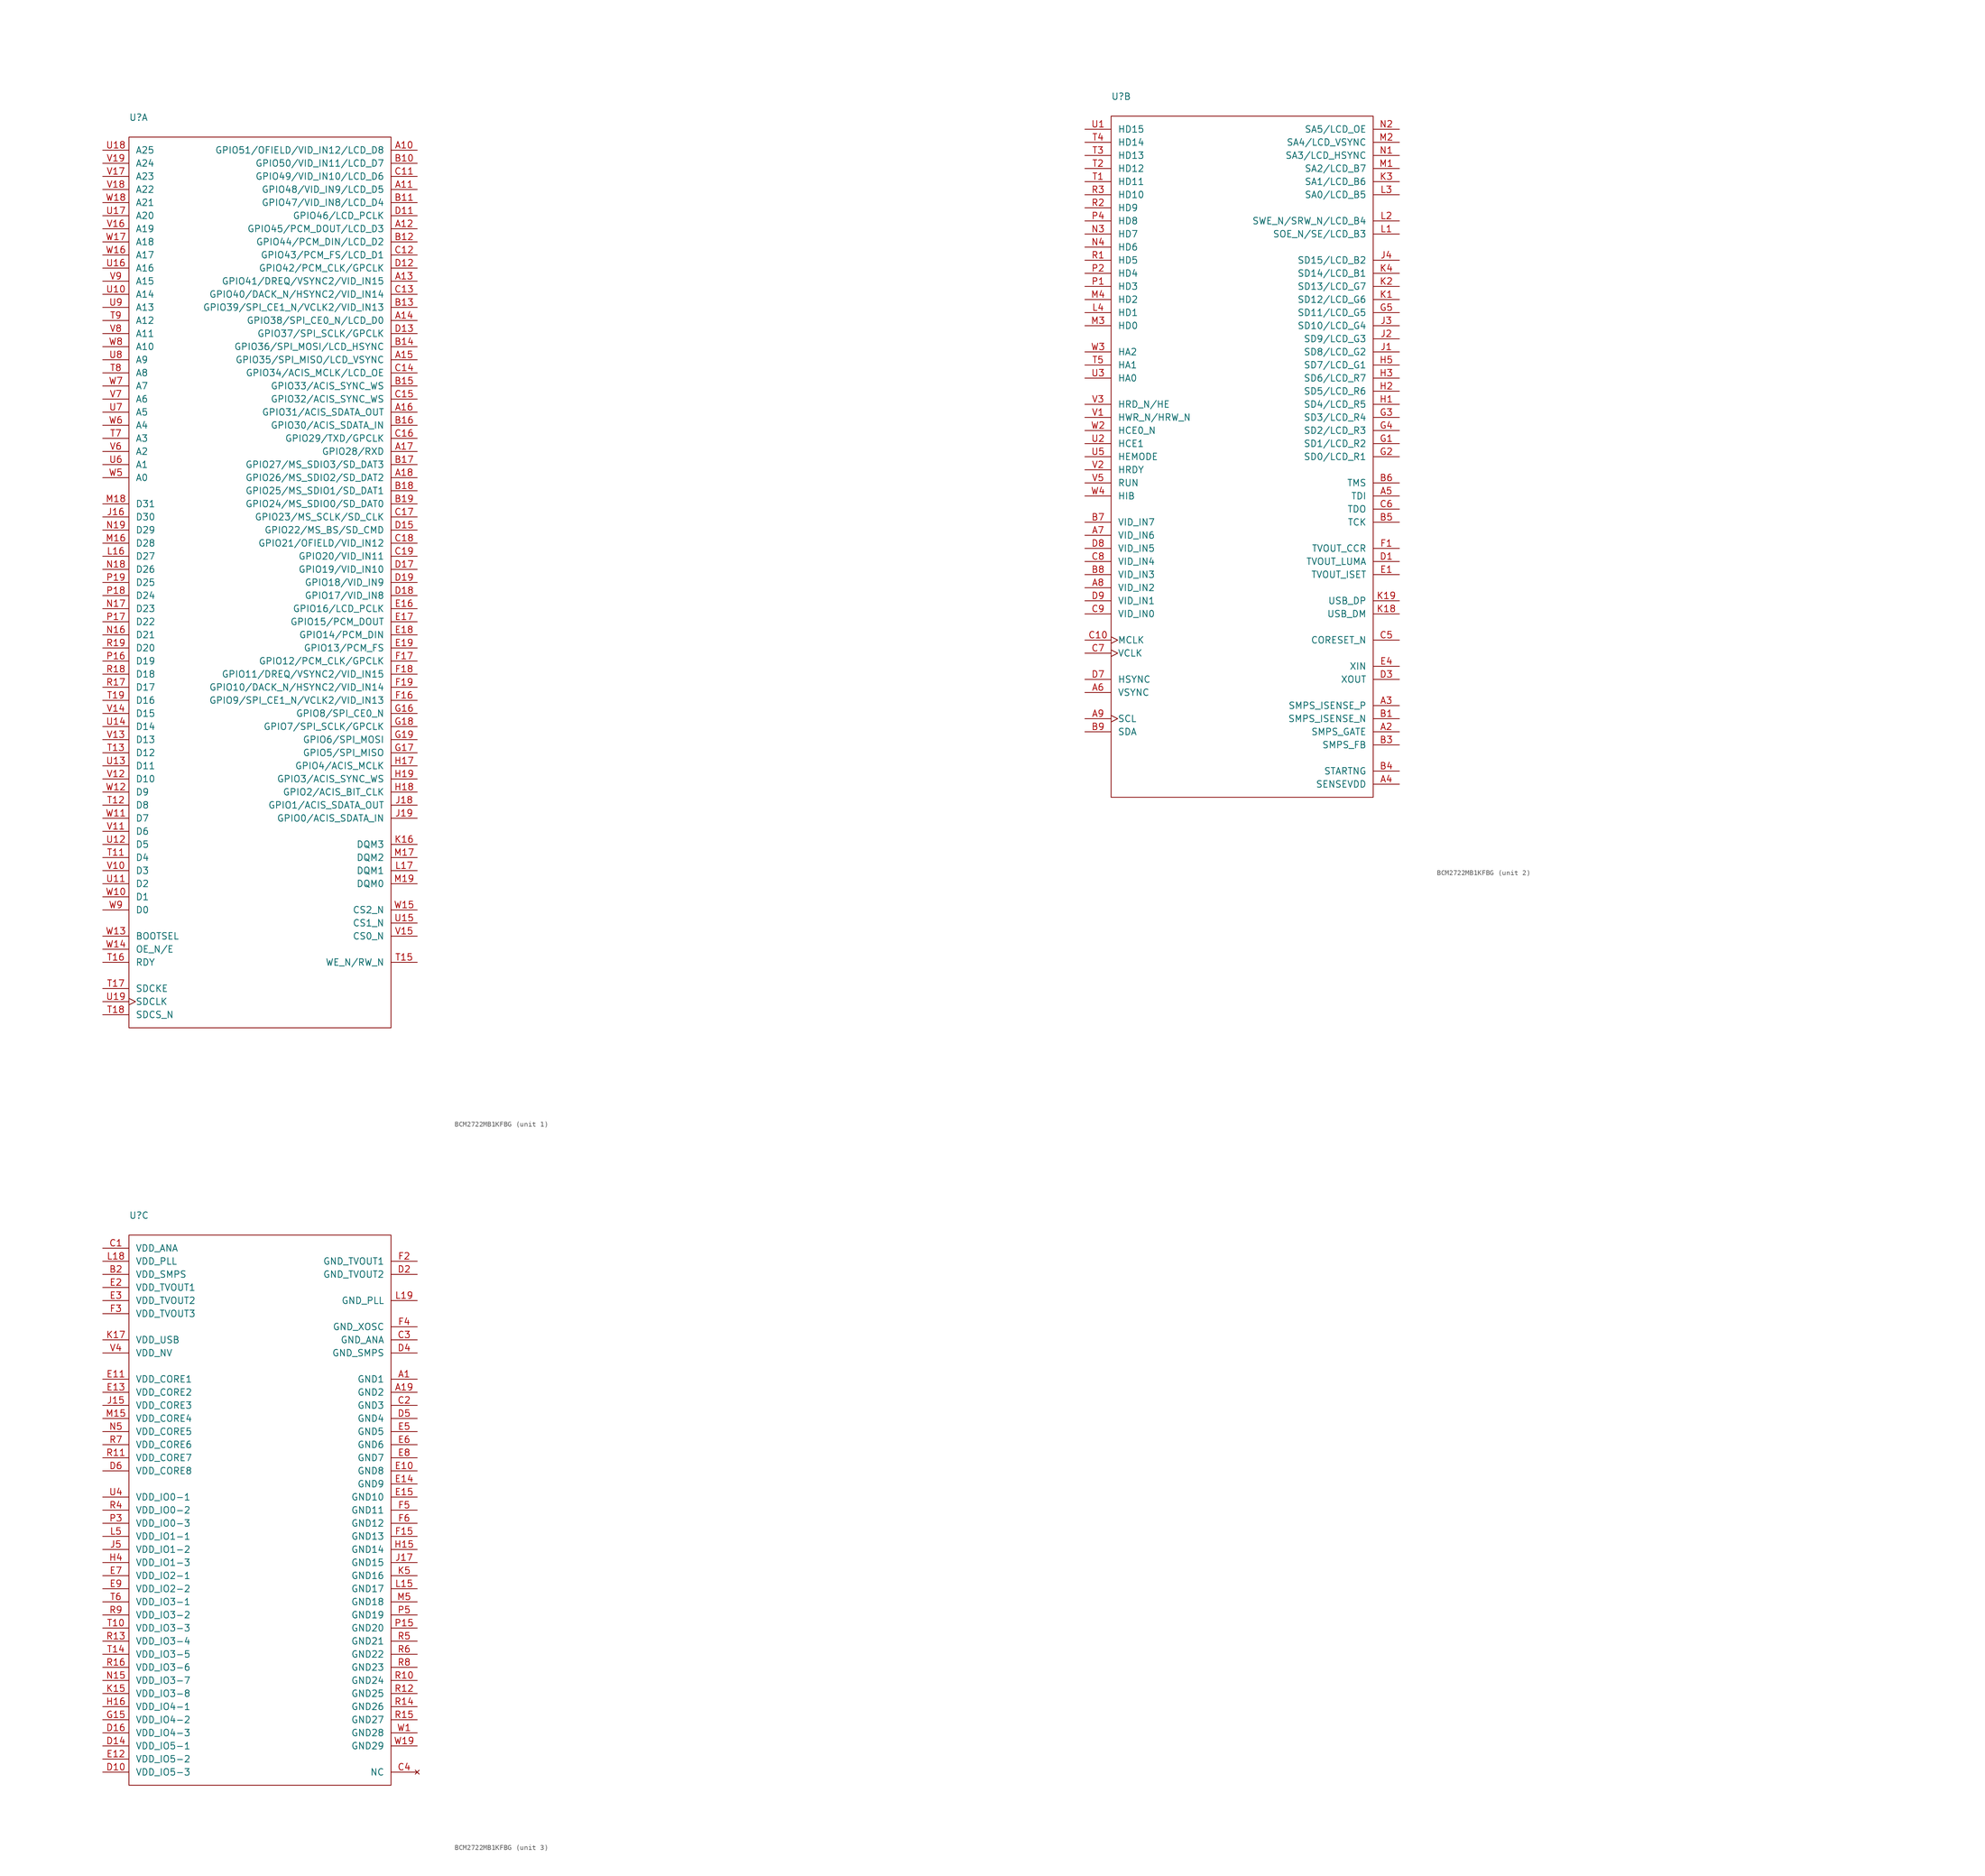
<source format=kicad_sym>
(kicad_symbol_lib
  (version 20231120)
  (generator "kicad_symbol_editor")
  (generator_version "8.0")
  (symbol "BCM2722MB1KFBG"
    (pin_names
      (offset 1.27))
    (property "Reference" "U"
      (at 0 3.81 0)
      (effects (font (size 1.27 1.27)) (justify left)))
    (property "Value" "${Manufacturer Part Number}"
      (at 0 1.27 0)
      (effects (font (size 1.27 1.27)) (justify left)))
    (property "Manufacturer Part Number" ""
      (at 45.72 -2.54 0)
      (effects (font (size 1.27 1.27)) (justify left) (hide yes)))
    (property "ki_locked" ""
      (at 0 0 0)
      (effects (font (size 1.27 1.27))))
    (symbol "BCM2722MB1KFBG_0_0"
      (text_box private "Based off BCM2702. Symbol source:\nhttps://patentimages.storage.googleapis.com/60/08/50/fcfa5511bdd093/CN101064795A.pdf" (at 76.2 0 0) (size 73.66 -5.08) (stroke (width 0) (type default)) (fill (type none)) (effects (font (size 1.27 1.27)) (justify left top))))
    (symbol "BCM2722MB1KFBG_1_1"
      (rectangle (start 0 0) (end 50.8 -172.72) (stroke (width 0) (type default)) (fill (type none)))
      (pin bidirectional line (at 55.88 -2.54 180) (length 5.08) (name "GPIO51/OFIELD/VID_IN12/LCD_D8" (effects (font (size 1.27 1.27)))) (number "A10" (effects (font (size 1.27 1.27)))))
      (pin bidirectional line (at 55.88 -10.16 180) (length 5.08) (name "GPIO48/VID_IN9/LCD_D5" (effects (font (size 1.27 1.27)))) (number "A11" (effects (font (size 1.27 1.27)))))
      (pin bidirectional line (at 55.88 -17.78 180) (length 5.08) (name "GPIO45/PCM_DOUT/LCD_D3" (effects (font (size 1.27 1.27)))) (number "A12" (effects (font (size 1.27 1.27)))))
      (pin bidirectional line (at 55.88 -27.94 180) (length 5.08) (name "GPIO41/DREQ/VSYNC2/VID_IN15" (effects (font (size 1.27 1.27)))) (number "A13" (effects (font (size 1.27 1.27)))))
      (pin bidirectional line (at 55.88 -35.56 180) (length 5.08) (name "GPIO38/SPI_CE0_N/LCD_D0" (effects (font (size 1.27 1.27)))) (number "A14" (effects (font (size 1.27 1.27)))))
      (pin bidirectional line (at 55.88 -43.18 180) (length 5.08) (name "GPIO35/SPI_MISO/LCD_VSYNC" (effects (font (size 1.27 1.27)))) (number "A15" (effects (font (size 1.27 1.27)))))
      (pin bidirectional line (at 55.88 -53.34 180) (length 5.08) (name "GPIO31/ACIS_SDATA_OUT" (effects (font (size 1.27 1.27)))) (number "A16" (effects (font (size 1.27 1.27)))))
      (pin bidirectional line (at 55.88 -60.96 180) (length 5.08) (name "GPIO28/RXD" (effects (font (size 1.27 1.27)))) (number "A17" (effects (font (size 1.27 1.27)))))
      (pin bidirectional line (at 55.88 -66.04 180) (length 5.08) (name "GPIO26/MS_SDIO2/SD_DAT2" (effects (font (size 1.27 1.27)))) (number "A18" (effects (font (size 1.27 1.27)))))
      (pin bidirectional line (at 55.88 -5.08 180) (length 5.08) (name "GPIO50/VID_IN11/LCD_D7" (effects (font (size 1.27 1.27)))) (number "B10" (effects (font (size 1.27 1.27)))))
      (pin bidirectional line (at 55.88 -12.7 180) (length 5.08) (name "GPIO47/VID_IN8/LCD_D4" (effects (font (size 1.27 1.27)))) (number "B11" (effects (font (size 1.27 1.27)))))
      (pin bidirectional line (at 55.88 -20.32 180) (length 5.08) (name "GPIO44/PCM_DIN/LCD_D2" (effects (font (size 1.27 1.27)))) (number "B12" (effects (font (size 1.27 1.27)))))
      (pin bidirectional line (at 55.88 -33.02 180) (length 5.08) (name "GPIO39/SPI_CE1_N/VCLK2/VID_IN13" (effects (font (size 1.27 1.27)))) (number "B13" (effects (font (size 1.27 1.27)))))
      (pin bidirectional line (at 55.88 -40.64 180) (length 5.08) (name "GPIO36/SPI_MOSI/LCD_HSYNC" (effects (font (size 1.27 1.27)))) (number "B14" (effects (font (size 1.27 1.27)))))
      (pin bidirectional line (at 55.88 -48.26 180) (length 5.08) (name "GPIO33/ACIS_SYNC_WS" (effects (font (size 1.27 1.27)))) (number "B15" (effects (font (size 1.27 1.27)))))
      (pin bidirectional line (at 55.88 -55.88 180) (length 5.08) (name "GPIO30/ACIS_SDATA_IN" (effects (font (size 1.27 1.27)))) (number "B16" (effects (font (size 1.27 1.27)))))
      (pin bidirectional line (at 55.88 -63.5 180) (length 5.08) (name "GPIO27/MS_SDIO3/SD_DAT3" (effects (font (size 1.27 1.27)))) (number "B17" (effects (font (size 1.27 1.27)))))
      (pin bidirectional line (at 55.88 -68.58 180) (length 5.08) (name "GPIO25/MS_SDIO1/SD_DAT1" (effects (font (size 1.27 1.27)))) (number "B18" (effects (font (size 1.27 1.27)))))
      (pin bidirectional line (at 55.88 -71.12 180) (length 5.08) (name "GPIO24/MS_SDIO0/SD_DAT0" (effects (font (size 1.27 1.27)))) (number "B19" (effects (font (size 1.27 1.27)))))
      (pin bidirectional line (at 55.88 -7.62 180) (length 5.08) (name "GPIO49/VID_IN10/LCD_D6" (effects (font (size 1.27 1.27)))) (number "C11" (effects (font (size 1.27 1.27)))))
      (pin bidirectional line (at 55.88 -22.86 180) (length 5.08) (name "GPIO43/PCM_FS/LCD_D1" (effects (font (size 1.27 1.27)))) (number "C12" (effects (font (size 1.27 1.27)))))
      (pin bidirectional line (at 55.88 -30.48 180) (length 5.08) (name "GPIO40/DACK_N/HSYNC2/VID_IN14" (effects (font (size 1.27 1.27)))) (number "C13" (effects (font (size 1.27 1.27)))))
      (pin bidirectional line (at 55.88 -45.72 180) (length 5.08) (name "GPIO34/ACIS_MCLK/LCD_OE" (effects (font (size 1.27 1.27)))) (number "C14" (effects (font (size 1.27 1.27)))))
      (pin bidirectional line (at 55.88 -50.8 180) (length 5.08) (name "GPIO32/ACIS_SYNC_WS" (effects (font (size 1.27 1.27)))) (number "C15" (effects (font (size 1.27 1.27)))))
      (pin bidirectional line (at 55.88 -58.42 180) (length 5.08) (name "GPIO29/TXD/GPCLK" (effects (font (size 1.27 1.27)))) (number "C16" (effects (font (size 1.27 1.27)))))
      (pin bidirectional line (at 55.88 -73.66 180) (length 5.08) (name "GPIO23/MS_SCLK/SD_CLK" (effects (font (size 1.27 1.27)))) (number "C17" (effects (font (size 1.27 1.27)))))
      (pin bidirectional line (at 55.88 -78.74 180) (length 5.08) (name "GPIO21/OFIELD/VID_IN12" (effects (font (size 1.27 1.27)))) (number "C18" (effects (font (size 1.27 1.27)))))
      (pin bidirectional line (at 55.88 -81.28 180) (length 5.08) (name "GPIO20/VID_IN11" (effects (font (size 1.27 1.27)))) (number "C19" (effects (font (size 1.27 1.27)))))
      (pin bidirectional line (at 55.88 -15.24 180) (length 5.08) (name "GPIO46/LCD_PCLK" (effects (font (size 1.27 1.27)))) (number "D11" (effects (font (size 1.27 1.27)))))
      (pin bidirectional line (at 55.88 -25.4 180) (length 5.08) (name "GPIO42/PCM_CLK/GPCLK" (effects (font (size 1.27 1.27)))) (number "D12" (effects (font (size 1.27 1.27)))))
      (pin bidirectional line (at 55.88 -38.1 180) (length 5.08) (name "GPIO37/SPI_SCLK/GPCLK" (effects (font (size 1.27 1.27)))) (number "D13" (effects (font (size 1.27 1.27)))))
      (pin bidirectional line (at 55.88 -76.2 180) (length 5.08) (name "GPIO22/MS_BS/SD_CMD" (effects (font (size 1.27 1.27)))) (number "D15" (effects (font (size 1.27 1.27)))))
      (pin bidirectional line (at 55.88 -83.82 180) (length 5.08) (name "GPIO19/VID_IN10" (effects (font (size 1.27 1.27)))) (number "D17" (effects (font (size 1.27 1.27)))))
      (pin bidirectional line (at 55.88 -88.9 180) (length 5.08) (name "GPIO17/VID_IN8" (effects (font (size 1.27 1.27)))) (number "D18" (effects (font (size 1.27 1.27)))))
      (pin bidirectional line (at 55.88 -86.36 180) (length 5.08) (name "GPIO18/VID_IN9" (effects (font (size 1.27 1.27)))) (number "D19" (effects (font (size 1.27 1.27)))))
      (pin bidirectional line (at 55.88 -91.44 180) (length 5.08) (name "GPIO16/LCD_PCLK" (effects (font (size 1.27 1.27)))) (number "E16" (effects (font (size 1.27 1.27)))))
      (pin bidirectional line (at 55.88 -93.98 180) (length 5.08) (name "GPIO15/PCM_DOUT" (effects (font (size 1.27 1.27)))) (number "E17" (effects (font (size 1.27 1.27)))))
      (pin bidirectional line (at 55.88 -96.52 180) (length 5.08) (name "GPIO14/PCM_DIN" (effects (font (size 1.27 1.27)))) (number "E18" (effects (font (size 1.27 1.27)))))
      (pin bidirectional line (at 55.88 -99.06 180) (length 5.08) (name "GPIO13/PCM_FS" (effects (font (size 1.27 1.27)))) (number "E19" (effects (font (size 1.27 1.27)))))
      (pin bidirectional line (at 55.88 -109.22 180) (length 5.08) (name "GPIO9/SPI_CE1_N/VCLK2/VID_IN13" (effects (font (size 1.27 1.27)))) (number "F16" (effects (font (size 1.27 1.27)))))
      (pin bidirectional line (at 55.88 -101.6 180) (length 5.08) (name "GPIO12/PCM_CLK/GPCLK" (effects (font (size 1.27 1.27)))) (number "F17" (effects (font (size 1.27 1.27)))))
      (pin bidirectional line (at 55.88 -104.14 180) (length 5.08) (name "GPIO11/DREQ/VSYNC2/VID_IN15" (effects (font (size 1.27 1.27)))) (number "F18" (effects (font (size 1.27 1.27)))))
      (pin bidirectional line (at 55.88 -106.68 180) (length 5.08) (name "GPIO10/DACK_N/HSYNC2/VID_IN14" (effects (font (size 1.27 1.27)))) (number "F19" (effects (font (size 1.27 1.27)))))
      (pin bidirectional line (at 55.88 -111.76 180) (length 5.08) (name "GPIO8/SPI_CE0_N" (effects (font (size 1.27 1.27)))) (number "G16" (effects (font (size 1.27 1.27)))))
      (pin bidirectional line (at 55.88 -119.38 180) (length 5.08) (name "GPIO5/SPI_MISO" (effects (font (size 1.27 1.27)))) (number "G17" (effects (font (size 1.27 1.27)))))
      (pin bidirectional line (at 55.88 -114.3 180) (length 5.08) (name "GPIO7/SPI_SCLK/GPCLK" (effects (font (size 1.27 1.27)))) (number "G18" (effects (font (size 1.27 1.27)))))
      (pin bidirectional line (at 55.88 -116.84 180) (length 5.08) (name "GPIO6/SPI_MOSI" (effects (font (size 1.27 1.27)))) (number "G19" (effects (font (size 1.27 1.27)))))
      (pin bidirectional line (at 55.88 -121.92 180) (length 5.08) (name "GPIO4/ACIS_MCLK" (effects (font (size 1.27 1.27)))) (number "H17" (effects (font (size 1.27 1.27)))))
      (pin bidirectional line (at 55.88 -127 180) (length 5.08) (name "GPIO2/ACIS_BIT_CLK" (effects (font (size 1.27 1.27)))) (number "H18" (effects (font (size 1.27 1.27)))))
      (pin bidirectional line (at 55.88 -124.46 180) (length 5.08) (name "GPIO3/ACIS_SYNC_WS" (effects (font (size 1.27 1.27)))) (number "H19" (effects (font (size 1.27 1.27)))))
      (pin output line (at -5.08 -73.66 0) (length 5.08) (name "D30" (effects (font (size 1.27 1.27)))) (number "J16" (effects (font (size 1.27 1.27)))))
      (pin bidirectional line (at 55.88 -129.54 180) (length 5.08) (name "GPIO1/ACIS_SDATA_OUT" (effects (font (size 1.27 1.27)))) (number "J18" (effects (font (size 1.27 1.27)))))
      (pin bidirectional line (at 55.88 -132.08 180) (length 5.08) (name "GPIO0/ACIS_SDATA_IN" (effects (font (size 1.27 1.27)))) (number "J19" (effects (font (size 1.27 1.27)))))
      (pin input line (at 55.88 -137.16 180) (length 5.08) (name "DQM3" (effects (font (size 1.27 1.27)))) (number "K16" (effects (font (size 1.27 1.27)))))
      (pin output line (at -5.08 -81.28 0) (length 5.08) (name "D27" (effects (font (size 1.27 1.27)))) (number "L16" (effects (font (size 1.27 1.27)))))
      (pin input line (at 55.88 -142.24 180) (length 5.08) (name "DQM1" (effects (font (size 1.27 1.27)))) (number "L17" (effects (font (size 1.27 1.27)))))
      (pin output line (at -5.08 -78.74 0) (length 5.08) (name "D28" (effects (font (size 1.27 1.27)))) (number "M16" (effects (font (size 1.27 1.27)))))
      (pin input line (at 55.88 -139.7 180) (length 5.08) (name "DQM2" (effects (font (size 1.27 1.27)))) (number "M17" (effects (font (size 1.27 1.27)))))
      (pin output line (at -5.08 -71.12 0) (length 5.08) (name "D31" (effects (font (size 1.27 1.27)))) (number "M18" (effects (font (size 1.27 1.27)))))
      (pin input line (at 55.88 -144.78 180) (length 5.08) (name "DQM0" (effects (font (size 1.27 1.27)))) (number "M19" (effects (font (size 1.27 1.27)))))
      (pin output line (at -5.08 -96.52 0) (length 5.08) (name "D21" (effects (font (size 1.27 1.27)))) (number "N16" (effects (font (size 1.27 1.27)))))
      (pin output line (at -5.08 -91.44 0) (length 5.08) (name "D23" (effects (font (size 1.27 1.27)))) (number "N17" (effects (font (size 1.27 1.27)))))
      (pin output line (at -5.08 -83.82 0) (length 5.08) (name "D26" (effects (font (size 1.27 1.27)))) (number "N18" (effects (font (size 1.27 1.27)))))
      (pin output line (at -5.08 -76.2 0) (length 5.08) (name "D29" (effects (font (size 1.27 1.27)))) (number "N19" (effects (font (size 1.27 1.27)))))
      (pin output line (at -5.08 -101.6 0) (length 5.08) (name "D19" (effects (font (size 1.27 1.27)))) (number "P16" (effects (font (size 1.27 1.27)))))
      (pin output line (at -5.08 -93.98 0) (length 5.08) (name "D22" (effects (font (size 1.27 1.27)))) (number "P17" (effects (font (size 1.27 1.27)))))
      (pin output line (at -5.08 -88.9 0) (length 5.08) (name "D24" (effects (font (size 1.27 1.27)))) (number "P18" (effects (font (size 1.27 1.27)))))
      (pin output line (at -5.08 -86.36 0) (length 5.08) (name "D25" (effects (font (size 1.27 1.27)))) (number "P19" (effects (font (size 1.27 1.27)))))
      (pin output line (at -5.08 -106.68 0) (length 5.08) (name "D17" (effects (font (size 1.27 1.27)))) (number "R17" (effects (font (size 1.27 1.27)))))
      (pin output line (at -5.08 -104.14 0) (length 5.08) (name "D18" (effects (font (size 1.27 1.27)))) (number "R18" (effects (font (size 1.27 1.27)))))
      (pin output line (at -5.08 -99.06 0) (length 5.08) (name "D20" (effects (font (size 1.27 1.27)))) (number "R19" (effects (font (size 1.27 1.27)))))
      (pin output line (at -5.08 -139.7 0) (length 5.08) (name "D4" (effects (font (size 1.27 1.27)))) (number "T11" (effects (font (size 1.27 1.27)))))
      (pin output line (at -5.08 -129.54 0) (length 5.08) (name "D8" (effects (font (size 1.27 1.27)))) (number "T12" (effects (font (size 1.27 1.27)))))
      (pin output line (at -5.08 -119.38 0) (length 5.08) (name "D12" (effects (font (size 1.27 1.27)))) (number "T13" (effects (font (size 1.27 1.27)))))
      (pin output line (at 55.88 -160.02 180) (length 5.08) (name "WE_N/RW_N" (effects (font (size 1.27 1.27)))) (number "T15" (effects (font (size 1.27 1.27)))))
      (pin input line (at -5.08 -160.02 0) (length 5.08) (name "RDY" (effects (font (size 1.27 1.27)))) (number "T16" (effects (font (size 1.27 1.27)))))
      (pin output line (at -5.08 -165.1 0) (length 5.08) (name "SDCKE" (effects (font (size 1.27 1.27)))) (number "T17" (effects (font (size 1.27 1.27)))))
      (pin output line (at -5.08 -170.18 0) (length 5.08) (name "SDCS_N" (effects (font (size 1.27 1.27)))) (number "T18" (effects (font (size 1.27 1.27)))))
      (pin output line (at -5.08 -109.22 0) (length 5.08) (name "D16" (effects (font (size 1.27 1.27)))) (number "T19" (effects (font (size 1.27 1.27)))))
      (pin output line (at -5.08 -58.42 0) (length 5.08) (name "A3" (effects (font (size 1.27 1.27)))) (number "T7" (effects (font (size 1.27 1.27)))))
      (pin output line (at -5.08 -45.72 0) (length 5.08) (name "A8" (effects (font (size 1.27 1.27)))) (number "T8" (effects (font (size 1.27 1.27)))))
      (pin output line (at -5.08 -35.56 0) (length 5.08) (name "A12" (effects (font (size 1.27 1.27)))) (number "T9" (effects (font (size 1.27 1.27)))))
      (pin output line (at -5.08 -30.48 0) (length 5.08) (name "A14" (effects (font (size 1.27 1.27)))) (number "U10" (effects (font (size 1.27 1.27)))))
      (pin output line (at -5.08 -144.78 0) (length 5.08) (name "D2" (effects (font (size 1.27 1.27)))) (number "U11" (effects (font (size 1.27 1.27)))))
      (pin output line (at -5.08 -137.16 0) (length 5.08) (name "D5" (effects (font (size 1.27 1.27)))) (number "U12" (effects (font (size 1.27 1.27)))))
      (pin output line (at -5.08 -121.92 0) (length 5.08) (name "D11" (effects (font (size 1.27 1.27)))) (number "U13" (effects (font (size 1.27 1.27)))))
      (pin output line (at -5.08 -114.3 0) (length 5.08) (name "D14" (effects (font (size 1.27 1.27)))) (number "U14" (effects (font (size 1.27 1.27)))))
      (pin output line (at 55.88 -152.4 180) (length 5.08) (name "CS1_N" (effects (font (size 1.27 1.27)))) (number "U15" (effects (font (size 1.27 1.27)))))
      (pin output line (at -5.08 -25.4 0) (length 5.08) (name "A16" (effects (font (size 1.27 1.27)))) (number "U16" (effects (font (size 1.27 1.27)))))
      (pin output line (at -5.08 -15.24 0) (length 5.08) (name "A20" (effects (font (size 1.27 1.27)))) (number "U17" (effects (font (size 1.27 1.27)))))
      (pin output line (at -5.08 -2.54 0) (length 5.08) (name "A25" (effects (font (size 1.27 1.27)))) (number "U18" (effects (font (size 1.27 1.27)))))
      (pin output clock (at -5.08 -167.64 0) (length 5.08) (name "SDCLK" (effects (font (size 1.27 1.27)))) (number "U19" (effects (font (size 1.27 1.27)))))
      (pin output line (at -5.08 -63.5 0) (length 5.08) (name "A1" (effects (font (size 1.27 1.27)))) (number "U6" (effects (font (size 1.27 1.27)))))
      (pin output line (at -5.08 -53.34 0) (length 5.08) (name "A5" (effects (font (size 1.27 1.27)))) (number "U7" (effects (font (size 1.27 1.27)))))
      (pin output line (at -5.08 -43.18 0) (length 5.08) (name "A9" (effects (font (size 1.27 1.27)))) (number "U8" (effects (font (size 1.27 1.27)))))
      (pin output line (at -5.08 -33.02 0) (length 5.08) (name "A13" (effects (font (size 1.27 1.27)))) (number "U9" (effects (font (size 1.27 1.27)))))
      (pin output line (at -5.08 -142.24 0) (length 5.08) (name "D3" (effects (font (size 1.27 1.27)))) (number "V10" (effects (font (size 1.27 1.27)))))
      (pin output line (at -5.08 -134.62 0) (length 5.08) (name "D6" (effects (font (size 1.27 1.27)))) (number "V11" (effects (font (size 1.27 1.27)))))
      (pin output line (at -5.08 -124.46 0) (length 5.08) (name "D10" (effects (font (size 1.27 1.27)))) (number "V12" (effects (font (size 1.27 1.27)))))
      (pin output line (at -5.08 -116.84 0) (length 5.08) (name "D13" (effects (font (size 1.27 1.27)))) (number "V13" (effects (font (size 1.27 1.27)))))
      (pin output line (at -5.08 -111.76 0) (length 5.08) (name "D15" (effects (font (size 1.27 1.27)))) (number "V14" (effects (font (size 1.27 1.27)))))
      (pin output line (at 55.88 -154.94 180) (length 5.08) (name "CS0_N" (effects (font (size 1.27 1.27)))) (number "V15" (effects (font (size 1.27 1.27)))))
      (pin output line (at -5.08 -17.78 0) (length 5.08) (name "A19" (effects (font (size 1.27 1.27)))) (number "V16" (effects (font (size 1.27 1.27)))))
      (pin output line (at -5.08 -7.62 0) (length 5.08) (name "A23" (effects (font (size 1.27 1.27)))) (number "V17" (effects (font (size 1.27 1.27)))))
      (pin output line (at -5.08 -10.16 0) (length 5.08) (name "A22" (effects (font (size 1.27 1.27)))) (number "V18" (effects (font (size 1.27 1.27)))))
      (pin output line (at -5.08 -5.08 0) (length 5.08) (name "A24" (effects (font (size 1.27 1.27)))) (number "V19" (effects (font (size 1.27 1.27)))))
      (pin output line (at -5.08 -60.96 0) (length 5.08) (name "A2" (effects (font (size 1.27 1.27)))) (number "V6" (effects (font (size 1.27 1.27)))))
      (pin output line (at -5.08 -50.8 0) (length 5.08) (name "A6" (effects (font (size 1.27 1.27)))) (number "V7" (effects (font (size 1.27 1.27)))))
      (pin output line (at -5.08 -38.1 0) (length 5.08) (name "A11" (effects (font (size 1.27 1.27)))) (number "V8" (effects (font (size 1.27 1.27)))))
      (pin output line (at -5.08 -27.94 0) (length 5.08) (name "A15" (effects (font (size 1.27 1.27)))) (number "V9" (effects (font (size 1.27 1.27)))))
      (pin output line (at -5.08 -147.32 0) (length 5.08) (name "D1" (effects (font (size 1.27 1.27)))) (number "W10" (effects (font (size 1.27 1.27)))))
      (pin output line (at -5.08 -132.08 0) (length 5.08) (name "D7" (effects (font (size 1.27 1.27)))) (number "W11" (effects (font (size 1.27 1.27)))))
      (pin output line (at -5.08 -127 0) (length 5.08) (name "D9" (effects (font (size 1.27 1.27)))) (number "W12" (effects (font (size 1.27 1.27)))))
      (pin input line (at -5.08 -154.94 0) (length 5.08) (name "BOOTSEL" (effects (font (size 1.27 1.27)))) (number "W13" (effects (font (size 1.27 1.27)))))
      (pin output line (at -5.08 -157.48 0) (length 5.08) (name "OE_N/E" (effects (font (size 1.27 1.27)))) (number "W14" (effects (font (size 1.27 1.27)))))
      (pin output line (at 55.88 -149.86 180) (length 5.08) (name "CS2_N" (effects (font (size 1.27 1.27)))) (number "W15" (effects (font (size 1.27 1.27)))))
      (pin output line (at -5.08 -22.86 0) (length 5.08) (name "A17" (effects (font (size 1.27 1.27)))) (number "W16" (effects (font (size 1.27 1.27)))))
      (pin output line (at -5.08 -20.32 0) (length 5.08) (name "A18" (effects (font (size 1.27 1.27)))) (number "W17" (effects (font (size 1.27 1.27)))))
      (pin output line (at -5.08 -12.7 0) (length 5.08) (name "A21" (effects (font (size 1.27 1.27)))) (number "W18" (effects (font (size 1.27 1.27)))))
      (pin output line (at -5.08 -66.04 0) (length 5.08) (name "A0" (effects (font (size 1.27 1.27)))) (number "W5" (effects (font (size 1.27 1.27)))))
      (pin output line (at -5.08 -55.88 0) (length 5.08) (name "A4" (effects (font (size 1.27 1.27)))) (number "W6" (effects (font (size 1.27 1.27)))))
      (pin output line (at -5.08 -48.26 0) (length 5.08) (name "A7" (effects (font (size 1.27 1.27)))) (number "W7" (effects (font (size 1.27 1.27)))))
      (pin output line (at -5.08 -40.64 0) (length 5.08) (name "A10" (effects (font (size 1.27 1.27)))) (number "W8" (effects (font (size 1.27 1.27)))))
      (pin output line (at -5.08 -149.86 0) (length 5.08) (name "D0" (effects (font (size 1.27 1.27)))) (number "W9" (effects (font (size 1.27 1.27))))))
    (symbol "BCM2722MB1KFBG_2_1"
      (rectangle (start 0 0) (end 50.8 -132.08) (stroke (width 0) (type default)) (fill (type none)))
      (pin output line (at 55.88 -119.38 180) (length 5.08) (name "SMPS_GATE" (effects (font (size 1.27 1.27)))) (number "A2" (effects (font (size 1.27 1.27)))))
      (pin input line (at 55.88 -114.3 180) (length 5.08) (name "SMPS_ISENSE_P" (effects (font (size 1.27 1.27)))) (number "A3" (effects (font (size 1.27 1.27)))))
      (pin output line (at 55.88 -129.54 180) (length 5.08) (name "SENSEVDD" (effects (font (size 1.27 1.27)))) (number "A4" (effects (font (size 1.27 1.27)))))
      (pin input line (at 55.88 -73.66 180) (length 5.08) (name "TDI" (effects (font (size 1.27 1.27)))) (number "A5" (effects (font (size 1.27 1.27)))))
      (pin input line (at -5.08 -111.76 0) (length 5.08) (name "VSYNC" (effects (font (size 1.27 1.27)))) (number "A6" (effects (font (size 1.27 1.27)))))
      (pin input line (at -5.08 -81.28 0) (length 5.08) (name "VID_IN6" (effects (font (size 1.27 1.27)))) (number "A7" (effects (font (size 1.27 1.27)))))
      (pin input line (at -5.08 -91.44 0) (length 5.08) (name "VID_IN2" (effects (font (size 1.27 1.27)))) (number "A8" (effects (font (size 1.27 1.27)))))
      (pin output clock (at -5.08 -116.84 0) (length 5.08) (name "SCL" (effects (font (size 1.27 1.27)))) (number "A9" (effects (font (size 1.27 1.27)))))
      (pin input line (at 55.88 -116.84 180) (length 5.08) (name "SMPS_ISENSE_N" (effects (font (size 1.27 1.27)))) (number "B1" (effects (font (size 1.27 1.27)))))
      (pin input line (at 55.88 -121.92 180) (length 5.08) (name "SMPS_FB" (effects (font (size 1.27 1.27)))) (number "B3" (effects (font (size 1.27 1.27)))))
      (pin input line (at 55.88 -127 180) (length 5.08) (name "STARTNG" (effects (font (size 1.27 1.27)))) (number "B4" (effects (font (size 1.27 1.27)))))
      (pin input line (at 55.88 -78.74 180) (length 5.08) (name "TCK" (effects (font (size 1.27 1.27)))) (number "B5" (effects (font (size 1.27 1.27)))))
      (pin input line (at 55.88 -71.12 180) (length 5.08) (name "TMS" (effects (font (size 1.27 1.27)))) (number "B6" (effects (font (size 1.27 1.27)))))
      (pin input line (at -5.08 -78.74 0) (length 5.08) (name "VID_IN7" (effects (font (size 1.27 1.27)))) (number "B7" (effects (font (size 1.27 1.27)))))
      (pin input line (at -5.08 -88.9 0) (length 5.08) (name "VID_IN3" (effects (font (size 1.27 1.27)))) (number "B8" (effects (font (size 1.27 1.27)))))
      (pin bidirectional line (at -5.08 -119.38 0) (length 5.08) (name "SDA" (effects (font (size 1.27 1.27)))) (number "B9" (effects (font (size 1.27 1.27)))))
      (pin input clock (at -5.08 -101.6 0) (length 5.08) (name "MCLK" (effects (font (size 1.27 1.27)))) (number "C10" (effects (font (size 1.27 1.27)))))
      (pin output line (at 55.88 -101.6 180) (length 5.08) (name "CORESET_N" (effects (font (size 1.27 1.27)))) (number "C5" (effects (font (size 1.27 1.27)))))
      (pin output line (at 55.88 -76.2 180) (length 5.08) (name "TDO" (effects (font (size 1.27 1.27)))) (number "C6" (effects (font (size 1.27 1.27)))))
      (pin input clock (at -5.08 -104.14 0) (length 5.08) (name "VCLK" (effects (font (size 1.27 1.27)))) (number "C7" (effects (font (size 1.27 1.27)))))
      (pin input line (at -5.08 -86.36 0) (length 5.08) (name "VID_IN4" (effects (font (size 1.27 1.27)))) (number "C8" (effects (font (size 1.27 1.27)))))
      (pin input line (at -5.08 -96.52 0) (length 5.08) (name "VID_IN0" (effects (font (size 1.27 1.27)))) (number "C9" (effects (font (size 1.27 1.27)))))
      (pin output line (at 55.88 -86.36 180) (length 5.08) (name "TVOUT_LUMA" (effects (font (size 1.27 1.27)))) (number "D1" (effects (font (size 1.27 1.27)))))
      (pin output line (at 55.88 -109.22 180) (length 5.08) (name "XOUT" (effects (font (size 1.27 1.27)))) (number "D3" (effects (font (size 1.27 1.27)))))
      (pin input line (at -5.08 -109.22 0) (length 5.08) (name "HSYNC" (effects (font (size 1.27 1.27)))) (number "D7" (effects (font (size 1.27 1.27)))))
      (pin input line (at -5.08 -83.82 0) (length 5.08) (name "VID_IN5" (effects (font (size 1.27 1.27)))) (number "D8" (effects (font (size 1.27 1.27)))))
      (pin input line (at -5.08 -93.98 0) (length 5.08) (name "VID_IN1" (effects (font (size 1.27 1.27)))) (number "D9" (effects (font (size 1.27 1.27)))))
      (pin input line (at 55.88 -88.9 180) (length 5.08) (name "TVOUT_ISET" (effects (font (size 1.27 1.27)))) (number "E1" (effects (font (size 1.27 1.27)))))
      (pin input line (at 55.88 -106.68 180) (length 5.08) (name "XIN" (effects (font (size 1.27 1.27)))) (number "E4" (effects (font (size 1.27 1.27)))))
      (pin output line (at 55.88 -83.82 180) (length 5.08) (name "TVOUT_CCR" (effects (font (size 1.27 1.27)))) (number "F1" (effects (font (size 1.27 1.27)))))
      (pin output line (at 55.88 -63.5 180) (length 5.08) (name "SD1/LCD_R2" (effects (font (size 1.27 1.27)))) (number "G1" (effects (font (size 1.27 1.27)))))
      (pin output line (at 55.88 -66.04 180) (length 5.08) (name "SD0/LCD_R1" (effects (font (size 1.27 1.27)))) (number "G2" (effects (font (size 1.27 1.27)))))
      (pin output line (at 55.88 -58.42 180) (length 5.08) (name "SD3/LCD_R4" (effects (font (size 1.27 1.27)))) (number "G3" (effects (font (size 1.27 1.27)))))
      (pin output line (at 55.88 -60.96 180) (length 5.08) (name "SD2/LCD_R3" (effects (font (size 1.27 1.27)))) (number "G4" (effects (font (size 1.27 1.27)))))
      (pin output line (at 55.88 -38.1 180) (length 5.08) (name "SD11/LCD_G5" (effects (font (size 1.27 1.27)))) (number "G5" (effects (font (size 1.27 1.27)))))
      (pin output line (at 55.88 -55.88 180) (length 5.08) (name "SD4/LCD_R5" (effects (font (size 1.27 1.27)))) (number "H1" (effects (font (size 1.27 1.27)))))
      (pin output line (at 55.88 -53.34 180) (length 5.08) (name "SD5/LCD_R6" (effects (font (size 1.27 1.27)))) (number "H2" (effects (font (size 1.27 1.27)))))
      (pin output line (at 55.88 -50.8 180) (length 5.08) (name "SD6/LCD_R7" (effects (font (size 1.27 1.27)))) (number "H3" (effects (font (size 1.27 1.27)))))
      (pin output line (at 55.88 -48.26 180) (length 5.08) (name "SD7/LCD_G1" (effects (font (size 1.27 1.27)))) (number "H5" (effects (font (size 1.27 1.27)))))
      (pin output line (at 55.88 -45.72 180) (length 5.08) (name "SD8/LCD_G2" (effects (font (size 1.27 1.27)))) (number "J1" (effects (font (size 1.27 1.27)))))
      (pin output line (at 55.88 -43.18 180) (length 5.08) (name "SD9/LCD_G3" (effects (font (size 1.27 1.27)))) (number "J2" (effects (font (size 1.27 1.27)))))
      (pin output line (at 55.88 -40.64 180) (length 5.08) (name "SD10/LCD_G4" (effects (font (size 1.27 1.27)))) (number "J3" (effects (font (size 1.27 1.27)))))
      (pin output line (at 55.88 -27.94 180) (length 5.08) (name "SD15/LCD_B2" (effects (font (size 1.27 1.27)))) (number "J4" (effects (font (size 1.27 1.27)))))
      (pin output line (at 55.88 -35.56 180) (length 5.08) (name "SD12/LCD_G6" (effects (font (size 1.27 1.27)))) (number "K1" (effects (font (size 1.27 1.27)))))
      (pin bidirectional line (at 55.88 -96.52 180) (length 5.08) (name "USB_DM" (effects (font (size 1.27 1.27)))) (number "K18" (effects (font (size 1.27 1.27)))))
      (pin bidirectional line (at 55.88 -93.98 180) (length 5.08) (name "USB_DP" (effects (font (size 1.27 1.27)))) (number "K19" (effects (font (size 1.27 1.27)))))
      (pin output line (at 55.88 -33.02 180) (length 5.08) (name "SD13/LCD_G7" (effects (font (size 1.27 1.27)))) (number "K2" (effects (font (size 1.27 1.27)))))
      (pin output line (at 55.88 -12.7 180) (length 5.08) (name "SA1/LCD_B6" (effects (font (size 1.27 1.27)))) (number "K3" (effects (font (size 1.27 1.27)))))
      (pin output line (at 55.88 -30.48 180) (length 5.08) (name "SD14/LCD_B1" (effects (font (size 1.27 1.27)))) (number "K4" (effects (font (size 1.27 1.27)))))
      (pin output line (at 55.88 -22.86 180) (length 5.08) (name "SOE_N/SE/LCD_B3" (effects (font (size 1.27 1.27)))) (number "L1" (effects (font (size 1.27 1.27)))))
      (pin output line (at 55.88 -20.32 180) (length 5.08) (name "SWE_N/SRW_N/LCD_B4" (effects (font (size 1.27 1.27)))) (number "L2" (effects (font (size 1.27 1.27)))))
      (pin output line (at 55.88 -15.24 180) (length 5.08) (name "SA0/LCD_B5" (effects (font (size 1.27 1.27)))) (number "L3" (effects (font (size 1.27 1.27)))))
      (pin bidirectional line (at -5.08 -38.1 0) (length 5.08) (name "HD1" (effects (font (size 1.27 1.27)))) (number "L4" (effects (font (size 1.27 1.27)))))
      (pin output line (at 55.88 -10.16 180) (length 5.08) (name "SA2/LCD_B7" (effects (font (size 1.27 1.27)))) (number "M1" (effects (font (size 1.27 1.27)))))
      (pin output line (at 55.88 -5.08 180) (length 5.08) (name "SA4/LCD_VSYNC" (effects (font (size 1.27 1.27)))) (number "M2" (effects (font (size 1.27 1.27)))))
      (pin bidirectional line (at -5.08 -40.64 0) (length 5.08) (name "HD0" (effects (font (size 1.27 1.27)))) (number "M3" (effects (font (size 1.27 1.27)))))
      (pin bidirectional line (at -5.08 -35.56 0) (length 5.08) (name "HD2" (effects (font (size 1.27 1.27)))) (number "M4" (effects (font (size 1.27 1.27)))))
      (pin output line (at 55.88 -7.62 180) (length 5.08) (name "SA3/LCD_HSYNC" (effects (font (size 1.27 1.27)))) (number "N1" (effects (font (size 1.27 1.27)))))
      (pin output line (at 55.88 -2.54 180) (length 5.08) (name "SA5/LCD_OE" (effects (font (size 1.27 1.27)))) (number "N2" (effects (font (size 1.27 1.27)))))
      (pin bidirectional line (at -5.08 -22.86 0) (length 5.08) (name "HD7" (effects (font (size 1.27 1.27)))) (number "N3" (effects (font (size 1.27 1.27)))))
      (pin bidirectional line (at -5.08 -25.4 0) (length 5.08) (name "HD6" (effects (font (size 1.27 1.27)))) (number "N4" (effects (font (size 1.27 1.27)))))
      (pin bidirectional line (at -5.08 -33.02 0) (length 5.08) (name "HD3" (effects (font (size 1.27 1.27)))) (number "P1" (effects (font (size 1.27 1.27)))))
      (pin bidirectional line (at -5.08 -30.48 0) (length 5.08) (name "HD4" (effects (font (size 1.27 1.27)))) (number "P2" (effects (font (size 1.27 1.27)))))
      (pin bidirectional line (at -5.08 -20.32 0) (length 5.08) (name "HD8" (effects (font (size 1.27 1.27)))) (number "P4" (effects (font (size 1.27 1.27)))))
      (pin bidirectional line (at -5.08 -27.94 0) (length 5.08) (name "HD5" (effects (font (size 1.27 1.27)))) (number "R1" (effects (font (size 1.27 1.27)))))
      (pin bidirectional line (at -5.08 -17.78 0) (length 5.08) (name "HD9" (effects (font (size 1.27 1.27)))) (number "R2" (effects (font (size 1.27 1.27)))))
      (pin bidirectional line (at -5.08 -15.24 0) (length 5.08) (name "HD10" (effects (font (size 1.27 1.27)))) (number "R3" (effects (font (size 1.27 1.27)))))
      (pin bidirectional line (at -5.08 -12.7 0) (length 5.08) (name "HD11" (effects (font (size 1.27 1.27)))) (number "T1" (effects (font (size 1.27 1.27)))))
      (pin bidirectional line (at -5.08 -10.16 0) (length 5.08) (name "HD12" (effects (font (size 1.27 1.27)))) (number "T2" (effects (font (size 1.27 1.27)))))
      (pin bidirectional line (at -5.08 -7.62 0) (length 5.08) (name "HD13" (effects (font (size 1.27 1.27)))) (number "T3" (effects (font (size 1.27 1.27)))))
      (pin bidirectional line (at -5.08 -5.08 0) (length 5.08) (name "HD14" (effects (font (size 1.27 1.27)))) (number "T4" (effects (font (size 1.27 1.27)))))
      (pin bidirectional line (at -5.08 -48.26 0) (length 5.08) (name "HA1" (effects (font (size 1.27 1.27)))) (number "T5" (effects (font (size 1.27 1.27)))))
      (pin bidirectional line (at -5.08 -2.54 0) (length 5.08) (name "HD15" (effects (font (size 1.27 1.27)))) (number "U1" (effects (font (size 1.27 1.27)))))
      (pin bidirectional line (at -5.08 -63.5 0) (length 5.08) (name "HCE1" (effects (font (size 1.27 1.27)))) (number "U2" (effects (font (size 1.27 1.27)))))
      (pin bidirectional line (at -5.08 -50.8 0) (length 5.08) (name "HA0" (effects (font (size 1.27 1.27)))) (number "U3" (effects (font (size 1.27 1.27)))))
      (pin bidirectional line (at -5.08 -66.04 0) (length 5.08) (name "HEMODE" (effects (font (size 1.27 1.27)))) (number "U5" (effects (font (size 1.27 1.27)))))
      (pin bidirectional line (at -5.08 -58.42 0) (length 5.08) (name "HWR_N/HRW_N" (effects (font (size 1.27 1.27)))) (number "V1" (effects (font (size 1.27 1.27)))))
      (pin bidirectional line (at -5.08 -68.58 0) (length 5.08) (name "HRDY" (effects (font (size 1.27 1.27)))) (number "V2" (effects (font (size 1.27 1.27)))))
      (pin bidirectional line (at -5.08 -55.88 0) (length 5.08) (name "HRD_N/HE" (effects (font (size 1.27 1.27)))) (number "V3" (effects (font (size 1.27 1.27)))))
      (pin bidirectional line (at -5.08 -71.12 0) (length 5.08) (name "RUN" (effects (font (size 1.27 1.27)))) (number "V5" (effects (font (size 1.27 1.27)))))
      (pin bidirectional line (at -5.08 -60.96 0) (length 5.08) (name "HCE0_N" (effects (font (size 1.27 1.27)))) (number "W2" (effects (font (size 1.27 1.27)))))
      (pin bidirectional line (at -5.08 -45.72 0) (length 5.08) (name "HA2" (effects (font (size 1.27 1.27)))) (number "W3" (effects (font (size 1.27 1.27)))))
      (pin bidirectional line (at -5.08 -73.66 0) (length 5.08) (name "HIB" (effects (font (size 1.27 1.27)))) (number "W4" (effects (font (size 1.27 1.27))))))
    (symbol "BCM2722MB1KFBG_3_1"
      (rectangle (start 0 0) (end 50.8 -106.68) (stroke (width 0) (type default)) (fill (type none)))
      (pin power_in line (at 55.88 -27.94 180) (length 5.08) (name "GND1" (effects (font (size 1.27 1.27)))) (number "A1" (effects (font (size 1.27 1.27)))))
      (pin power_in line (at 55.88 -30.48 180) (length 5.08) (name "GND2" (effects (font (size 1.27 1.27)))) (number "A19" (effects (font (size 1.27 1.27)))))
      (pin power_in line (at -5.08 -7.62 0) (length 5.08) (name "VDD_SMPS" (effects (font (size 1.27 1.27)))) (number "B2" (effects (font (size 1.27 1.27)))))
      (pin power_in line (at -5.08 -2.54 0) (length 5.08) (name "VDD_ANA" (effects (font (size 1.27 1.27)))) (number "C1" (effects (font (size 1.27 1.27)))))
      (pin power_in line (at 55.88 -33.02 180) (length 5.08) (name "GND3" (effects (font (size 1.27 1.27)))) (number "C2" (effects (font (size 1.27 1.27)))))
      (pin power_in line (at 55.88 -20.32 180) (length 5.08) (name "GND_ANA" (effects (font (size 1.27 1.27)))) (number "C3" (effects (font (size 1.27 1.27)))))
      (pin no_connect line (at 55.88 -104.14 180) (length 5.08) (name "NC" (effects (font (size 1.27 1.27)))) (number "C4" (effects (font (size 1.27 1.27)))))
      (pin power_in line (at -5.08 -104.14 0) (length 5.08) (name "VDD_IO5-3" (effects (font (size 1.27 1.27)))) (number "D10" (effects (font (size 1.27 1.27)))))
      (pin power_in line (at -5.08 -99.06 0) (length 5.08) (name "VDD_IO5-1" (effects (font (size 1.27 1.27)))) (number "D14" (effects (font (size 1.27 1.27)))))
      (pin power_in line (at -5.08 -96.52 0) (length 5.08) (name "VDD_IO4-3" (effects (font (size 1.27 1.27)))) (number "D16" (effects (font (size 1.27 1.27)))))
      (pin power_in line (at 55.88 -7.62 180) (length 5.08) (name "GND_TVOUT2" (effects (font (size 1.27 1.27)))) (number "D2" (effects (font (size 1.27 1.27)))))
      (pin power_in line (at 55.88 -22.86 180) (length 5.08) (name "GND_SMPS" (effects (font (size 1.27 1.27)))) (number "D4" (effects (font (size 1.27 1.27)))))
      (pin power_in line (at 55.88 -35.56 180) (length 5.08) (name "GND4" (effects (font (size 1.27 1.27)))) (number "D5" (effects (font (size 1.27 1.27)))))
      (pin power_in line (at -5.08 -45.72 0) (length 5.08) (name "VDD_CORE8" (effects (font (size 1.27 1.27)))) (number "D6" (effects (font (size 1.27 1.27)))))
      (pin power_in line (at 55.88 -45.72 180) (length 5.08) (name "GND8" (effects (font (size 1.27 1.27)))) (number "E10" (effects (font (size 1.27 1.27)))))
      (pin power_in line (at -5.08 -27.94 0) (length 5.08) (name "VDD_CORE1" (effects (font (size 1.27 1.27)))) (number "E11" (effects (font (size 1.27 1.27)))))
      (pin power_in line (at -5.08 -101.6 0) (length 5.08) (name "VDD_IO5-2" (effects (font (size 1.27 1.27)))) (number "E12" (effects (font (size 1.27 1.27)))))
      (pin power_in line (at -5.08 -30.48 0) (length 5.08) (name "VDD_CORE2" (effects (font (size 1.27 1.27)))) (number "E13" (effects (font (size 1.27 1.27)))))
      (pin power_in line (at 55.88 -48.26 180) (length 5.08) (name "GND9" (effects (font (size 1.27 1.27)))) (number "E14" (effects (font (size 1.27 1.27)))))
      (pin power_in line (at 55.88 -50.8 180) (length 5.08) (name "GND10" (effects (font (size 1.27 1.27)))) (number "E15" (effects (font (size 1.27 1.27)))))
      (pin power_in line (at -5.08 -10.16 0) (length 5.08) (name "VDD_TVOUT1" (effects (font (size 1.27 1.27)))) (number "E2" (effects (font (size 1.27 1.27)))))
      (pin power_in line (at -5.08 -12.7 0) (length 5.08) (name "VDD_TVOUT2" (effects (font (size 1.27 1.27)))) (number "E3" (effects (font (size 1.27 1.27)))))
      (pin power_in line (at 55.88 -38.1 180) (length 5.08) (name "GND5" (effects (font (size 1.27 1.27)))) (number "E5" (effects (font (size 1.27 1.27)))))
      (pin power_in line (at 55.88 -40.64 180) (length 5.08) (name "GND6" (effects (font (size 1.27 1.27)))) (number "E6" (effects (font (size 1.27 1.27)))))
      (pin power_in line (at -5.08 -66.04 0) (length 5.08) (name "VDD_IO2-1" (effects (font (size 1.27 1.27)))) (number "E7" (effects (font (size 1.27 1.27)))))
      (pin power_in line (at 55.88 -43.18 180) (length 5.08) (name "GND7" (effects (font (size 1.27 1.27)))) (number "E8" (effects (font (size 1.27 1.27)))))
      (pin power_in line (at -5.08 -68.58 0) (length 5.08) (name "VDD_IO2-2" (effects (font (size 1.27 1.27)))) (number "E9" (effects (font (size 1.27 1.27)))))
      (pin power_in line (at 55.88 -58.42 180) (length 5.08) (name "GND13" (effects (font (size 1.27 1.27)))) (number "F15" (effects (font (size 1.27 1.27)))))
      (pin power_in line (at 55.88 -5.08 180) (length 5.08) (name "GND_TVOUT1" (effects (font (size 1.27 1.27)))) (number "F2" (effects (font (size 1.27 1.27)))))
      (pin power_in line (at -5.08 -15.24 0) (length 5.08) (name "VDD_TVOUT3" (effects (font (size 1.27 1.27)))) (number "F3" (effects (font (size 1.27 1.27)))))
      (pin power_in line (at 55.88 -17.78 180) (length 5.08) (name "GND_XOSC" (effects (font (size 1.27 1.27)))) (number "F4" (effects (font (size 1.27 1.27)))))
      (pin power_in line (at 55.88 -53.34 180) (length 5.08) (name "GND11" (effects (font (size 1.27 1.27)))) (number "F5" (effects (font (size 1.27 1.27)))))
      (pin power_in line (at 55.88 -55.88 180) (length 5.08) (name "GND12" (effects (font (size 1.27 1.27)))) (number "F6" (effects (font (size 1.27 1.27)))))
      (pin power_in line (at -5.08 -93.98 0) (length 5.08) (name "VDD_IO4-2" (effects (font (size 1.27 1.27)))) (number "G15" (effects (font (size 1.27 1.27)))))
      (pin power_in line (at 55.88 -60.96 180) (length 5.08) (name "GND14" (effects (font (size 1.27 1.27)))) (number "H15" (effects (font (size 1.27 1.27)))))
      (pin power_in line (at -5.08 -91.44 0) (length 5.08) (name "VDD_IO4-1" (effects (font (size 1.27 1.27)))) (number "H16" (effects (font (size 1.27 1.27)))))
      (pin power_in line (at -5.08 -63.5 0) (length 5.08) (name "VDD_IO1-3" (effects (font (size 1.27 1.27)))) (number "H4" (effects (font (size 1.27 1.27)))))
      (pin power_in line (at -5.08 -33.02 0) (length 5.08) (name "VDD_CORE3" (effects (font (size 1.27 1.27)))) (number "J15" (effects (font (size 1.27 1.27)))))
      (pin power_in line (at 55.88 -63.5 180) (length 5.08) (name "GND15" (effects (font (size 1.27 1.27)))) (number "J17" (effects (font (size 1.27 1.27)))))
      (pin power_in line (at -5.08 -60.96 0) (length 5.08) (name "VDD_IO1-2" (effects (font (size 1.27 1.27)))) (number "J5" (effects (font (size 1.27 1.27)))))
      (pin power_in line (at -5.08 -88.9 0) (length 5.08) (name "VDD_IO3-8" (effects (font (size 1.27 1.27)))) (number "K15" (effects (font (size 1.27 1.27)))))
      (pin power_in line (at -5.08 -20.32 0) (length 5.08) (name "VDD_USB" (effects (font (size 1.27 1.27)))) (number "K17" (effects (font (size 1.27 1.27)))))
      (pin power_in line (at 55.88 -66.04 180) (length 5.08) (name "GND16" (effects (font (size 1.27 1.27)))) (number "K5" (effects (font (size 1.27 1.27)))))
      (pin power_in line (at 55.88 -68.58 180) (length 5.08) (name "GND17" (effects (font (size 1.27 1.27)))) (number "L15" (effects (font (size 1.27 1.27)))))
      (pin power_in line (at -5.08 -5.08 0) (length 5.08) (name "VDD_PLL" (effects (font (size 1.27 1.27)))) (number "L18" (effects (font (size 1.27 1.27)))))
      (pin power_in line (at 55.88 -12.7 180) (length 5.08) (name "GND_PLL" (effects (font (size 1.27 1.27)))) (number "L19" (effects (font (size 1.27 1.27)))))
      (pin power_in line (at -5.08 -58.42 0) (length 5.08) (name "VDD_IO1-1" (effects (font (size 1.27 1.27)))) (number "L5" (effects (font (size 1.27 1.27)))))
      (pin power_in line (at -5.08 -35.56 0) (length 5.08) (name "VDD_CORE4" (effects (font (size 1.27 1.27)))) (number "M15" (effects (font (size 1.27 1.27)))))
      (pin power_in line (at 55.88 -71.12 180) (length 5.08) (name "GND18" (effects (font (size 1.27 1.27)))) (number "M5" (effects (font (size 1.27 1.27)))))
      (pin power_in line (at -5.08 -86.36 0) (length 5.08) (name "VDD_IO3-7" (effects (font (size 1.27 1.27)))) (number "N15" (effects (font (size 1.27 1.27)))))
      (pin power_in line (at -5.08 -38.1 0) (length 5.08) (name "VDD_CORE5" (effects (font (size 1.27 1.27)))) (number "N5" (effects (font (size 1.27 1.27)))))
      (pin power_in line (at 55.88 -76.2 180) (length 5.08) (name "GND20" (effects (font (size 1.27 1.27)))) (number "P15" (effects (font (size 1.27 1.27)))))
      (pin power_in line (at -5.08 -55.88 0) (length 5.08) (name "VDD_IO0-3" (effects (font (size 1.27 1.27)))) (number "P3" (effects (font (size 1.27 1.27)))))
      (pin power_in line (at 55.88 -73.66 180) (length 5.08) (name "GND19" (effects (font (size 1.27 1.27)))) (number "P5" (effects (font (size 1.27 1.27)))))
      (pin power_in line (at 55.88 -86.36 180) (length 5.08) (name "GND24" (effects (font (size 1.27 1.27)))) (number "R10" (effects (font (size 1.27 1.27)))))
      (pin power_in line (at -5.08 -43.18 0) (length 5.08) (name "VDD_CORE7" (effects (font (size 1.27 1.27)))) (number "R11" (effects (font (size 1.27 1.27)))))
      (pin power_in line (at 55.88 -88.9 180) (length 5.08) (name "GND25" (effects (font (size 1.27 1.27)))) (number "R12" (effects (font (size 1.27 1.27)))))
      (pin power_in line (at -5.08 -78.74 0) (length 5.08) (name "VDD_IO3-4" (effects (font (size 1.27 1.27)))) (number "R13" (effects (font (size 1.27 1.27)))))
      (pin power_in line (at 55.88 -91.44 180) (length 5.08) (name "GND26" (effects (font (size 1.27 1.27)))) (number "R14" (effects (font (size 1.27 1.27)))))
      (pin power_in line (at 55.88 -93.98 180) (length 5.08) (name "GND27" (effects (font (size 1.27 1.27)))) (number "R15" (effects (font (size 1.27 1.27)))))
      (pin power_in line (at -5.08 -83.82 0) (length 5.08) (name "VDD_IO3-6" (effects (font (size 1.27 1.27)))) (number "R16" (effects (font (size 1.27 1.27)))))
      (pin power_in line (at -5.08 -53.34 0) (length 5.08) (name "VDD_IO0-2" (effects (font (size 1.27 1.27)))) (number "R4" (effects (font (size 1.27 1.27)))))
      (pin power_in line (at 55.88 -78.74 180) (length 5.08) (name "GND21" (effects (font (size 1.27 1.27)))) (number "R5" (effects (font (size 1.27 1.27)))))
      (pin power_in line (at 55.88 -81.28 180) (length 5.08) (name "GND22" (effects (font (size 1.27 1.27)))) (number "R6" (effects (font (size 1.27 1.27)))))
      (pin power_in line (at -5.08 -40.64 0) (length 5.08) (name "VDD_CORE6" (effects (font (size 1.27 1.27)))) (number "R7" (effects (font (size 1.27 1.27)))))
      (pin power_in line (at 55.88 -83.82 180) (length 5.08) (name "GND23" (effects (font (size 1.27 1.27)))) (number "R8" (effects (font (size 1.27 1.27)))))
      (pin power_in line (at -5.08 -73.66 0) (length 5.08) (name "VDD_IO3-2" (effects (font (size 1.27 1.27)))) (number "R9" (effects (font (size 1.27 1.27)))))
      (pin power_in line (at -5.08 -76.2 0) (length 5.08) (name "VDD_IO3-3" (effects (font (size 1.27 1.27)))) (number "T10" (effects (font (size 1.27 1.27)))))
      (pin power_in line (at -5.08 -81.28 0) (length 5.08) (name "VDD_IO3-5" (effects (font (size 1.27 1.27)))) (number "T14" (effects (font (size 1.27 1.27)))))
      (pin power_in line (at -5.08 -71.12 0) (length 5.08) (name "VDD_IO3-1" (effects (font (size 1.27 1.27)))) (number "T6" (effects (font (size 1.27 1.27)))))
      (pin power_in line (at -5.08 -50.8 0) (length 5.08) (name "VDD_IO0-1" (effects (font (size 1.27 1.27)))) (number "U4" (effects (font (size 1.27 1.27)))))
      (pin power_in line (at -5.08 -22.86 0) (length 5.08) (name "VDD_NV" (effects (font (size 1.27 1.27)))) (number "V4" (effects (font (size 1.27 1.27)))))
      (pin power_in line (at 55.88 -96.52 180) (length 5.08) (name "GND28" (effects (font (size 1.27 1.27)))) (number "W1" (effects (font (size 1.27 1.27)))))
      (pin power_in line (at 55.88 -99.06 180) (length 5.08) (name "GND29" (effects (font (size 1.27 1.27)))) (number "W19" (effects (font (size 1.27 1.27))))))))
</source>
